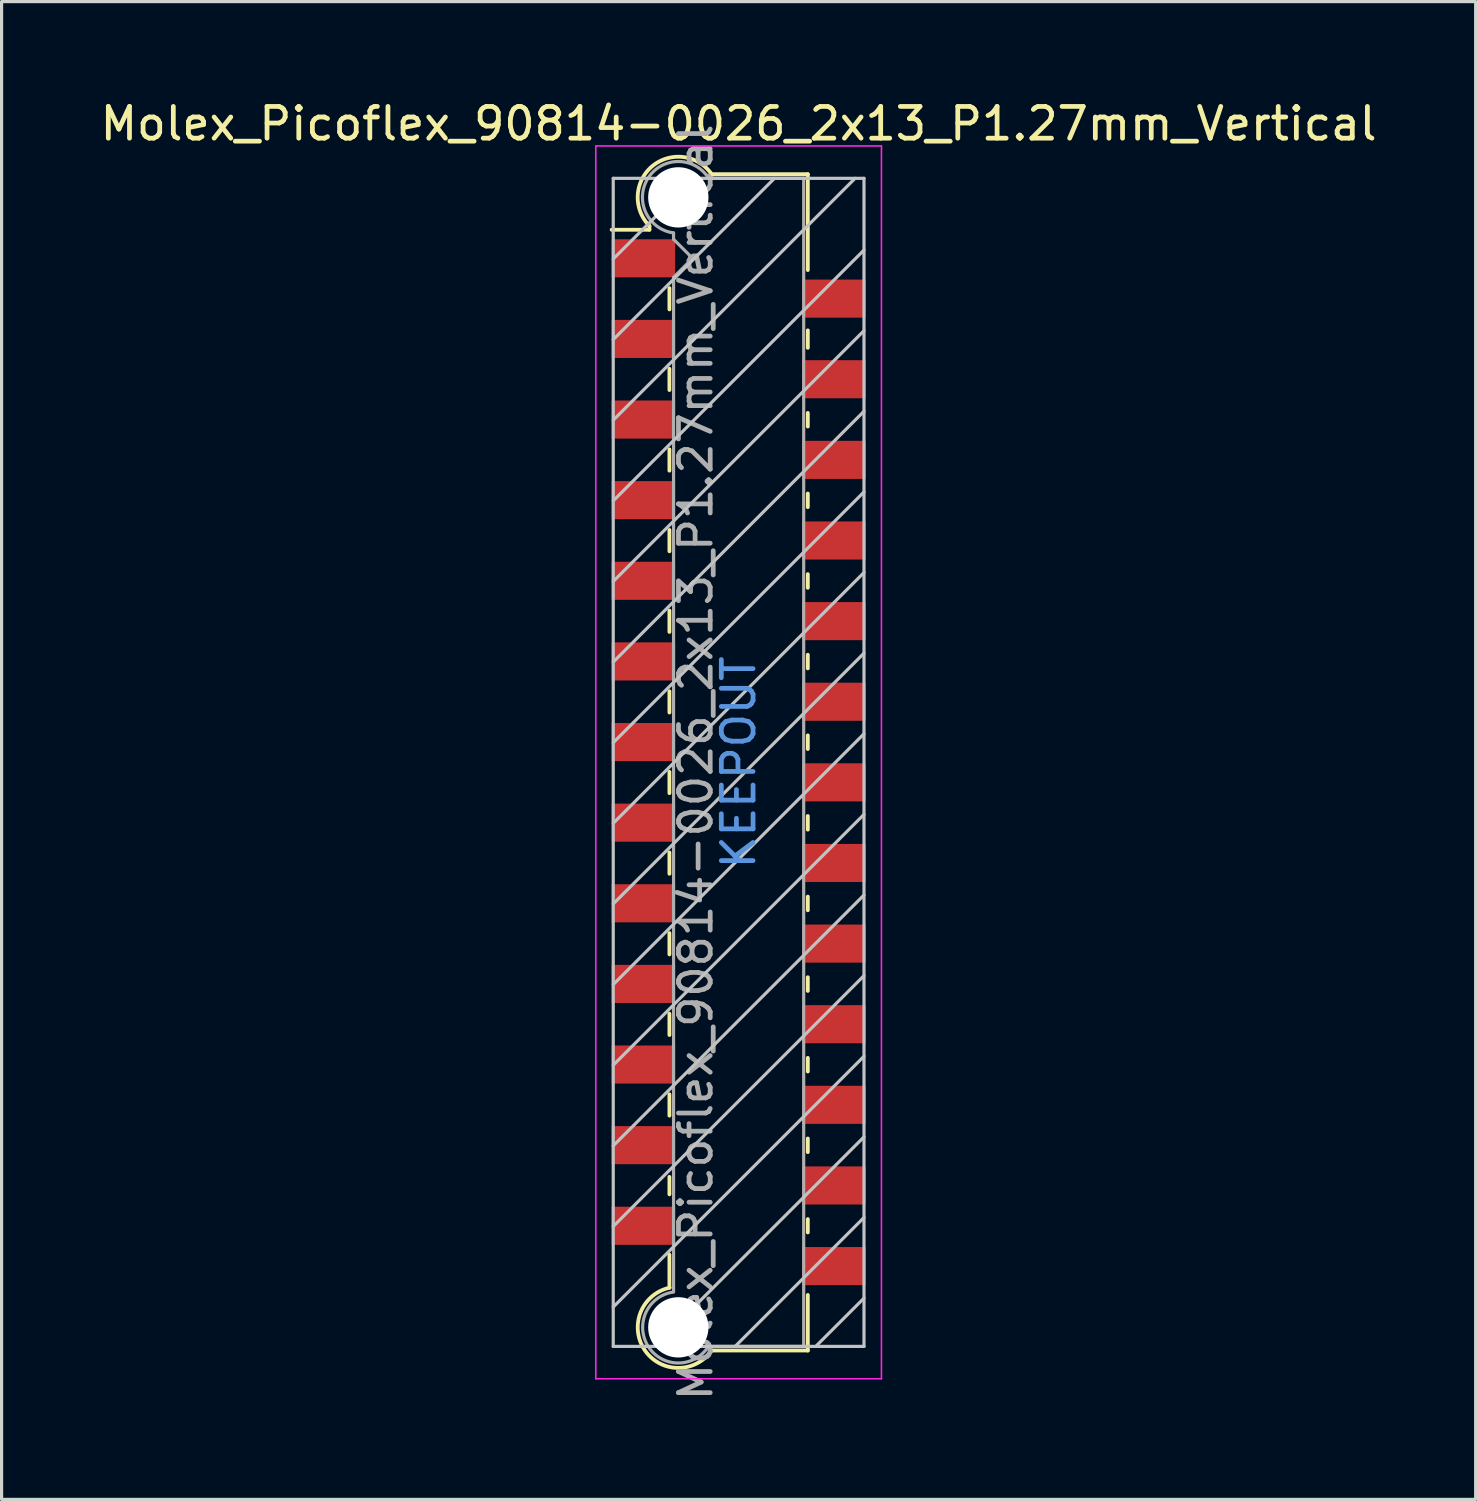
<source format=kicad_pcb>
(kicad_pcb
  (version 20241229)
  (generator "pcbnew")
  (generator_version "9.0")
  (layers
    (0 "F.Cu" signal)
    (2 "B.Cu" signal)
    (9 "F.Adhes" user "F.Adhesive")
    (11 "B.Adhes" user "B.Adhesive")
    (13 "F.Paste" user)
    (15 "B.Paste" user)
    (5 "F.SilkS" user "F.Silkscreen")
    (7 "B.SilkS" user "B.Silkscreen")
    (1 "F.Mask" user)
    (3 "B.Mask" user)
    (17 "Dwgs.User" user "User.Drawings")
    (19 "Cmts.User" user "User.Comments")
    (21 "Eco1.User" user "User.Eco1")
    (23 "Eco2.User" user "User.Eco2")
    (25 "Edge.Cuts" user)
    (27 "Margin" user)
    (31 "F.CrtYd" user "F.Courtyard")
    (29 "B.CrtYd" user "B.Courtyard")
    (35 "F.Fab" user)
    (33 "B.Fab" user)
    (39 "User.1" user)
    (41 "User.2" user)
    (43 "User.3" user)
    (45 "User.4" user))
  (footprint "Molex_Picoflex_90814-0026_2x13_P1.27mm_Vertical"
    (layer "F.Cu")
    (at 20.22 20.968)
    (property "Reference" "Molex_Picoflex_90814-0026_2x13_P1.27mm_Vertical" (at 0 -20.12 0) (layer "F.SilkS") (effects (font (size 1 1) (thickness 0.15))))
    (attr smd)
    (fp_line (start -2.81 -16.9) (end -2.81 -16.78) (stroke (width 0.12) (type solid)) (layer "F.SilkS"))
    (fp_line (start -2.81 -16.78) (end -4 -16.78) (stroke (width 0.12) (type solid)) (layer "F.SilkS"))
    (fp_line (start -2.18 -14.27) (end -2.18 -14.94) (stroke (width 0.12) (type solid)) (layer "F.SilkS"))
    (fp_line (start -2.18 -11.73) (end -2.18 -12.4) (stroke (width 0.12) (type solid)) (layer "F.SilkS"))
    (fp_line (start -2.18 -9.19) (end -2.18 -9.86) (stroke (width 0.12) (type solid)) (layer "F.SilkS"))
    (fp_line (start -2.18 -6.65) (end -2.18 -7.32) (stroke (width 0.12) (type solid)) (layer "F.SilkS"))
    (fp_line (start -2.18 -4.11) (end -2.18 -4.78) (stroke (width 0.12) (type solid)) (layer "F.SilkS"))
    (fp_line (start -2.18 -1.57) (end -2.18 -2.24) (stroke (width 0.12) (type solid)) (layer "F.SilkS"))
    (fp_line (start -2.18 0.97) (end -2.18 0.3) (stroke (width 0.12) (type solid)) (layer "F.SilkS"))
    (fp_line (start -2.18 3.51) (end -2.18 2.84) (stroke (width 0.12) (type solid)) (layer "F.SilkS"))
    (fp_line (start -2.18 6.05) (end -2.18 5.38) (stroke (width 0.12) (type solid)) (layer "F.SilkS"))
    (fp_line (start -2.18 8.59) (end -2.18 7.92) (stroke (width 0.12) (type solid)) (layer "F.SilkS"))
    (fp_line (start -2.18 11.13) (end -2.18 10.46) (stroke (width 0.12) (type solid)) (layer "F.SilkS"))
    (fp_line (start -2.18 13.61) (end -2.18 13.06) (stroke (width 0.12) (type solid)) (layer "F.SilkS"))
    (fp_line (start -2.18 16.55) (end -2.18 15.51) (stroke (width 0.12) (type solid)) (layer "F.SilkS"))
    (fp_line (start 2.18 -18.53) (end -0.82 -18.53) (stroke (width 0.12) (type solid)) (layer "F.SilkS"))
    (fp_line (start 2.18 -18.53) (end 2.18 -15.51) (stroke (width 0.12) (type solid)) (layer "F.SilkS"))
    (fp_line (start 2.18 -13.61) (end 2.18 -13.06) (stroke (width 0.12) (type solid)) (layer "F.SilkS"))
    (fp_line (start 2.18 -11.01) (end 2.18 -10.58) (stroke (width 0.12) (type solid)) (layer "F.SilkS"))
    (fp_line (start 2.18 -8.47) (end 2.18 -8.04) (stroke (width 0.12) (type solid)) (layer "F.SilkS"))
    (fp_line (start 2.18 -5.93) (end 2.18 -5.5) (stroke (width 0.12) (type solid)) (layer "F.SilkS"))
    (fp_line (start 2.18 -3.39) (end 2.18 -2.96) (stroke (width 0.12) (type solid)) (layer "F.SilkS"))
    (fp_line (start 2.18 -0.85) (end 2.18 -0.42) (stroke (width 0.12) (type solid)) (layer "F.SilkS"))
    (fp_line (start 2.18 1.69) (end 2.18 2.12) (stroke (width 0.12) (type solid)) (layer "F.SilkS"))
    (fp_line (start 2.18 4.23) (end 2.18 4.66) (stroke (width 0.12) (type solid)) (layer "F.SilkS"))
    (fp_line (start 2.18 6.77) (end 2.18 7.2) (stroke (width 0.12) (type solid)) (layer "F.SilkS"))
    (fp_line (start 2.18 9.31) (end 2.18 9.74) (stroke (width 0.12) (type solid)) (layer "F.SilkS"))
    (fp_line (start 2.18 11.85) (end 2.18 12.28) (stroke (width 0.12) (type solid)) (layer "F.SilkS"))
    (fp_line (start 2.18 14.39) (end 2.18 14.81) (stroke (width 0.12) (type solid)) (layer "F.SilkS"))
    (fp_line (start 2.18 16.78) (end 2.18 18.53) (stroke (width 0.12) (type solid)) (layer "F.SilkS"))
    (fp_line (start 2.18 18.53) (end -0.85 18.53) (stroke (width 0.12) (type solid)) (layer "F.SilkS"))
    (fp_arc (start -2.81 -16.9) (mid -2.708637 -18.792072) (end -0.834991 -18.509828) (stroke (width 0.12) (type solid)) (layer "F.SilkS"))
    (fp_arc (start -0.85 18.53) (mid -2.962791 18.511248) (end -2.174424 16.550964) (stroke (width 0.12) (type solid)) (layer "F.SilkS"))
    (fp_line (start -3.95 -18.4) (end -3.95 18.4) (stroke (width 0.1) (type solid)) (layer "Dwgs.User"))
    (fp_line (start -3.95 -15.86) (end -1.41 -18.4) (stroke (width 0.1) (type solid)) (layer "Dwgs.User"))
    (fp_line (start -3.95 -13.32) (end 1.13 -18.4) (stroke (width 0.1) (type solid)) (layer "Dwgs.User"))
    (fp_line (start -3.95 -10.78) (end 3.67 -18.4) (stroke (width 0.1) (type solid)) (layer "Dwgs.User"))
    (fp_line (start -3.95 -8.24) (end 3.95 -16.14) (stroke (width 0.1) (type solid)) (layer "Dwgs.User"))
    (fp_line (start -3.95 -5.7) (end 3.95 -13.6) (stroke (width 0.1) (type solid)) (layer "Dwgs.User"))
    (fp_line (start -3.95 -3.16) (end 3.95 -11.06) (stroke (width 0.1) (type solid)) (layer "Dwgs.User"))
    (fp_line (start -3.95 -0.62) (end 3.95 -8.52) (stroke (width 0.1) (type solid)) (layer "Dwgs.User"))
    (fp_line (start -3.95 1.92) (end 3.95 -5.98) (stroke (width 0.1) (type solid)) (layer "Dwgs.User"))
    (fp_line (start -3.95 4.46) (end 3.95 -3.44) (stroke (width 0.1) (type solid)) (layer "Dwgs.User"))
    (fp_line (start -3.95 7) (end 3.95 -0.9) (stroke (width 0.1) (type solid)) (layer "Dwgs.User"))
    (fp_line (start -3.95 9.54) (end 3.95 1.64) (stroke (width 0.1) (type solid)) (layer "Dwgs.User"))
    (fp_line (start -3.95 12.08) (end 3.95 4.18) (stroke (width 0.1) (type solid)) (layer "Dwgs.User"))
    (fp_line (start -3.95 14.62) (end 3.95 6.72) (stroke (width 0.1) (type solid)) (layer "Dwgs.User"))
    (fp_line (start -3.95 17.16) (end 3.95 9.26) (stroke (width 0.1) (type solid)) (layer "Dwgs.User"))
    (fp_line (start -3.95 18.4) (end 3.95 18.4) (stroke (width 0.1) (type solid)) (layer "Dwgs.User"))
    (fp_line (start -2.65 18.4) (end 3.95 11.8) (stroke (width 0.1) (type solid)) (layer "Dwgs.User"))
    (fp_line (start -0.11 18.4) (end 3.95 14.34) (stroke (width 0.1) (type solid)) (layer "Dwgs.User"))
    (fp_line (start 2.43 18.4) (end 3.95 16.88) (stroke (width 0.1) (type solid)) (layer "Dwgs.User"))
    (fp_line (start 3.95 -18.4) (end -3.95 -18.4) (stroke (width 0.1) (type solid)) (layer "Dwgs.User"))
    (fp_line (start 3.95 18.4) (end 3.95 -18.4) (stroke (width 0.1) (type solid)) (layer "Dwgs.User"))
    (fp_line (start -4.5 -19.42) (end -4.5 19.42) (stroke (width 0.05) (type solid)) (layer "F.CrtYd"))
    (fp_line (start -4.5 19.42) (end 4.5 19.42) (stroke (width 0.05) (type solid)) (layer "F.CrtYd"))
    (fp_line (start 4.5 -19.42) (end -4.5 -19.42) (stroke (width 0.05) (type solid)) (layer "F.CrtYd"))
    (fp_line (start 4.5 19.42) (end 4.5 -19.42) (stroke (width 0.05) (type solid)) (layer "F.CrtYd"))
    (fp_line (start -2.05 -16.48) (end -2.05 -16.68) (stroke (width 0.1) (type solid)) (layer "F.Fab"))
    (fp_line (start -2.05 -15.28) (end -1.45 -15.88) (stroke (width 0.1) (type solid)) (layer "F.Fab"))
    (fp_line (start -2.05 16.68) (end -2.05 -15.28) (stroke (width 0.1) (type solid)) (layer "F.Fab"))
    (fp_line (start -1.45 -15.88) (end -2.05 -16.48) (stroke (width 0.1) (type solid)) (layer "F.Fab"))
    (fp_line (start 2.05 -18.4) (end -0.93 -18.4) (stroke (width 0.1) (type solid)) (layer "F.Fab"))
    (fp_line (start 2.05 -18.4) (end 2.05 18.4) (stroke (width 0.1) (type solid)) (layer "F.Fab"))
    (fp_line (start 2.05 18.4) (end -0.95 18.4) (stroke (width 0.1) (type solid)) (layer "F.Fab"))
    (fp_arc (start -2.05 -16.68) (mid -2.851672 -18.409279) (end -0.945612 -18.405015) (stroke (width 0.1) (type solid)) (layer "F.Fab"))
    (fp_arc (start -0.95 18.4) (mid -2.845272 18.407422) (end -2.051022 16.686585) (stroke (width 0.1) (type solid)) (layer "F.Fab"))
    (fp_text user "KEEPOUT" (at 0 0 90) (layer "Cmts.User") (effects (font (size 1 1) (thickness 0.15))))
    (fp_text user "${REFERENCE}" (at -1.35 0 90) (layer "F.Fab") (effects (font (size 1 1) (thickness 0.15))))
    (pad "" np_thru_hole circle (at -1.9 -17.8) (size 1.9 1.9) (drill 1.9) (layers "*.Cu" "*.Mask"))
    (pad "" np_thru_hole circle (at -1.9 17.8) (size 1.9 1.9) (drill 1.9) (layers "*.Cu" "*.Mask"))
    (pad "1" smd rect (at -3 -15.88) (size 2 1.2) (layers "F.Cu" "F.Mask" "F.Paste"))
    (pad "2" smd rect (at 3 -14.61) (size 2 1.2) (layers "F.Cu" "F.Mask" "F.Paste"))
    (pad "3" smd rect (at -3 -13.34) (size 2 1.2) (layers "F.Cu" "F.Mask" "F.Paste"))
    (pad "4" smd rect (at 3 -12.07) (size 2 1.2) (layers "F.Cu" "F.Mask" "F.Paste"))
    (pad "5" smd rect (at -3 -10.8) (size 2 1.2) (layers "F.Cu" "F.Mask" "F.Paste"))
    (pad "6" smd rect (at 3 -9.53) (size 2 1.2) (layers "F.Cu" "F.Mask" "F.Paste"))
    (pad "7" smd rect (at -3 -8.26) (size 2 1.2) (layers "F.Cu" "F.Mask" "F.Paste"))
    (pad "8" smd rect (at 3 -6.99) (size 2 1.2) (layers "F.Cu" "F.Mask" "F.Paste"))
    (pad "9" smd rect (at -3 -5.72) (size 2 1.2) (layers "F.Cu" "F.Mask" "F.Paste"))
    (pad "10" smd rect (at 3 -4.45) (size 2 1.2) (layers "F.Cu" "F.Mask" "F.Paste"))
    (pad "11" smd rect (at -3 -3.18) (size 2 1.2) (layers "F.Cu" "F.Mask" "F.Paste"))
    (pad "12" smd rect (at 3 -1.91) (size 2 1.2) (layers "F.Cu" "F.Mask" "F.Paste"))
    (pad "13" smd rect (at -3 -0.64) (size 2 1.2) (layers "F.Cu" "F.Mask" "F.Paste"))
    (pad "14" smd rect (at 3 0.63) (size 2 1.2) (layers "F.Cu" "F.Mask" "F.Paste"))
    (pad "15" smd rect (at -3 1.9) (size 2 1.2) (layers "F.Cu" "F.Mask" "F.Paste"))
    (pad "16" smd rect (at 3 3.17) (size 2 1.2) (layers "F.Cu" "F.Mask" "F.Paste"))
    (pad "17" smd rect (at -3 4.44) (size 2 1.2) (layers "F.Cu" "F.Mask" "F.Paste"))
    (pad "18" smd rect (at 3 5.71) (size 2 1.2) (layers "F.Cu" "F.Mask" "F.Paste"))
    (pad "19" smd rect (at -3 6.98) (size 2 1.2) (layers "F.Cu" "F.Mask" "F.Paste"))
    (pad "20" smd rect (at 3 8.25) (size 2 1.2) (layers "F.Cu" "F.Mask" "F.Paste"))
    (pad "21" smd rect (at -3 9.52) (size 2 1.2) (layers "F.Cu" "F.Mask" "F.Paste"))
    (pad "22" smd rect (at 3 10.79) (size 2 1.2) (layers "F.Cu" "F.Mask" "F.Paste"))
    (pad "23" smd rect (at -3 12.06) (size 2 1.2) (layers "F.Cu" "F.Mask" "F.Paste"))
    (pad "24" smd rect (at 3 13.33) (size 2 1.2) (layers "F.Cu" "F.Mask" "F.Paste"))
    (pad "25" smd rect (at -3 14.6) (size 2 1.2) (layers "F.Cu" "F.Mask" "F.Paste"))
    (pad "26" smd rect (at 3 15.87) (size 2 1.2) (layers "F.Cu" "F.Mask" "F.Paste")))
  (gr_rect
    (start -3 -3)
    (end 43.44 44.188)
    (stroke (width 0.1) (type default))
    (fill no)
    (layer "Edge.Cuts")))
</source>
